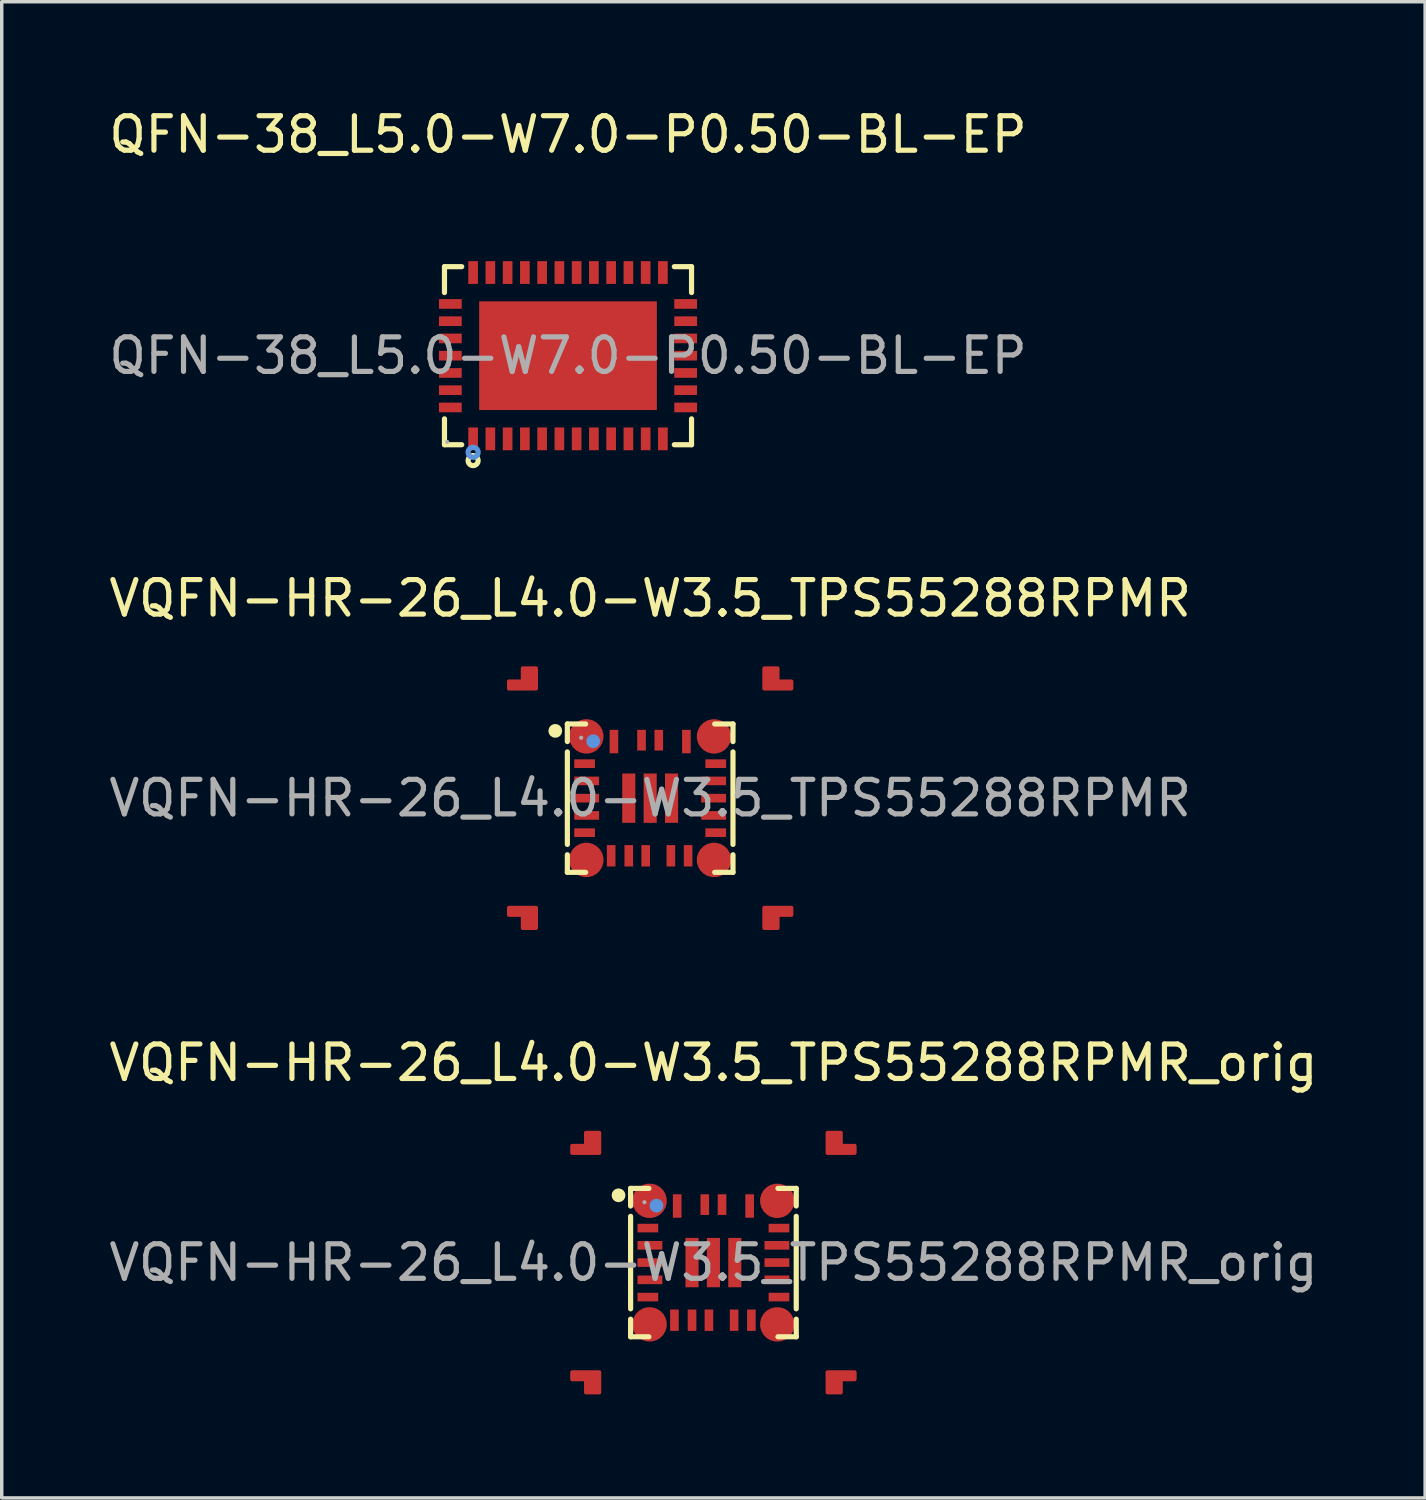
<source format=kicad_pcb>
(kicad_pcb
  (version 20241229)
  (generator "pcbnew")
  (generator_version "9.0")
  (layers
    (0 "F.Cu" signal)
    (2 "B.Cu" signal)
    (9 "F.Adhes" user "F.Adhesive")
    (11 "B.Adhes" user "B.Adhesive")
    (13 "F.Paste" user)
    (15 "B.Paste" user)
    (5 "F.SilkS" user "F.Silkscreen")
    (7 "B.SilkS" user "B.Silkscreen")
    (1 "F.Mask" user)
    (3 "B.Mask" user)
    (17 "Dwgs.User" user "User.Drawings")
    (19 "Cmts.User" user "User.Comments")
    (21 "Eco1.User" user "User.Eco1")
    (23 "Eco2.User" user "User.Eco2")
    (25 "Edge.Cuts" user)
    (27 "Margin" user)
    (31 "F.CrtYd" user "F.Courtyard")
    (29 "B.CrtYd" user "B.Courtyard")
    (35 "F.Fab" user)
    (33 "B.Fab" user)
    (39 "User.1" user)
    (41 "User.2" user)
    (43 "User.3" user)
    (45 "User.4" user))
  (footprint "QFN-38_L5.0-W7.0-P0.50-BL-EP"
    (layer "F.Cu")
    (at 13.411 7.258)
    (property "Reference" "QFN-38_L5.0-W7.0-P0.50-BL-EP" (at 0 -6.41 0) (layer "F.SilkS") (effects (font (size 1 1) (thickness 0.15))))
    (attr smd)
    (fp_line (start -3.58 -2.58) (end -3.08 -2.58) (stroke (width 0.15) (type solid)) (layer "F.SilkS"))
    (fp_line (start -3.58 -1.83) (end -3.58 -2.58) (stroke (width 0.15) (type solid)) (layer "F.SilkS"))
    (fp_line (start -3.58 1.83) (end -3.58 2.58) (stroke (width 0.15) (type solid)) (layer "F.SilkS"))
    (fp_line (start -3.58 2.58) (end -3.08 2.58) (stroke (width 0.15) (type solid)) (layer "F.SilkS"))
    (fp_line (start 3.58 -2.58) (end 3.08 -2.58) (stroke (width 0.15) (type solid)) (layer "F.SilkS"))
    (fp_line (start 3.58 -1.83) (end 3.58 -2.58) (stroke (width 0.15) (type solid)) (layer "F.SilkS"))
    (fp_line (start 3.58 1.83) (end 3.58 2.58) (stroke (width 0.15) (type solid)) (layer "F.SilkS"))
    (fp_line (start 3.58 2.58) (end 3.08 2.58) (stroke (width 0.15) (type solid)) (layer "F.SilkS"))
    (fp_circle (center -2.75 3.04) (end -2.68 3.04) (stroke (width 0.15) (type solid)) (fill no) (layer "F.SilkS"))
    (fp_circle (center -2.75 2.8) (end -2.68 2.8) (stroke (width 0.15) (type solid)) (fill no) (layer "Cmts.User"))
    (fp_circle (center -3.5 2.5) (end -3.47 2.5) (stroke (width 0.06) (type solid)) (fill no) (layer "F.Fab"))
    (fp_text user "${REFERENCE}" (at 0 0 0) (layer "F.Fab") (effects (font (size 1 1) (thickness 0.15))))
    (pad "1" smd rect (at -2.75 2.41) (size 0.28 0.66) (layers "F.Cu" "F.Mask" "F.Paste"))
    (pad "2" smd rect (at -2.25 2.41) (size 0.28 0.66) (layers "F.Cu" "F.Mask" "F.Paste"))
    (pad "3" smd rect (at -1.75 2.41) (size 0.28 0.66) (layers "F.Cu" "F.Mask" "F.Paste"))
    (pad "4" smd rect (at -1.25 2.41) (size 0.28 0.66) (layers "F.Cu" "F.Mask" "F.Paste"))
    (pad "5" smd rect (at -0.75 2.41) (size 0.28 0.66) (layers "F.Cu" "F.Mask" "F.Paste"))
    (pad "6" smd rect (at -0.25 2.41) (size 0.28 0.66) (layers "F.Cu" "F.Mask" "F.Paste"))
    (pad "7" smd rect (at 0.25 2.41) (size 0.28 0.66) (layers "F.Cu" "F.Mask" "F.Paste"))
    (pad "8" smd rect (at 0.75 2.41) (size 0.28 0.66) (layers "F.Cu" "F.Mask" "F.Paste"))
    (pad "9" smd rect (at 1.25 2.41) (size 0.28 0.66) (layers "F.Cu" "F.Mask" "F.Paste"))
    (pad "10" smd rect (at 1.75 2.41) (size 0.28 0.66) (layers "F.Cu" "F.Mask" "F.Paste"))
    (pad "11" smd rect (at 2.25 2.41) (size 0.28 0.66) (layers "F.Cu" "F.Mask" "F.Paste"))
    (pad "12" smd rect (at 2.75 2.41) (size 0.28 0.66) (layers "F.Cu" "F.Mask" "F.Paste"))
    (pad "13" smd rect (at 3.41 1.5) (size 0.66 0.28) (layers "F.Cu" "F.Mask" "F.Paste"))
    (pad "14" smd rect (at 3.41 1) (size 0.66 0.28) (layers "F.Cu" "F.Mask" "F.Paste"))
    (pad "15" smd rect (at 3.41 0.5) (size 0.66 0.28) (layers "F.Cu" "F.Mask" "F.Paste"))
    (pad "16" smd rect (at 3.41 0) (size 0.66 0.28) (layers "F.Cu" "F.Mask" "F.Paste"))
    (pad "17" smd rect (at 3.41 -0.5) (size 0.66 0.28) (layers "F.Cu" "F.Mask" "F.Paste"))
    (pad "18" smd rect (at 3.41 -1) (size 0.66 0.28) (layers "F.Cu" "F.Mask" "F.Paste"))
    (pad "19" smd rect (at 3.41 -1.5) (size 0.66 0.28) (layers "F.Cu" "F.Mask" "F.Paste"))
    (pad "20" smd rect (at 2.75 -2.41) (size 0.28 0.66) (layers "F.Cu" "F.Mask" "F.Paste"))
    (pad "21" smd rect (at 2.25 -2.41) (size 0.28 0.66) (layers "F.Cu" "F.Mask" "F.Paste"))
    (pad "22" smd rect (at 1.75 -2.41) (size 0.28 0.66) (layers "F.Cu" "F.Mask" "F.Paste"))
    (pad "23" smd rect (at 1.25 -2.41) (size 0.28 0.66) (layers "F.Cu" "F.Mask" "F.Paste"))
    (pad "24" smd rect (at 0.75 -2.41) (size 0.28 0.66) (layers "F.Cu" "F.Mask" "F.Paste"))
    (pad "25" smd rect (at 0.25 -2.41) (size 0.28 0.66) (layers "F.Cu" "F.Mask" "F.Paste"))
    (pad "26" smd rect (at -0.25 -2.41) (size 0.28 0.66) (layers "F.Cu" "F.Mask" "F.Paste"))
    (pad "27" smd rect (at -0.75 -2.41) (size 0.28 0.66) (layers "F.Cu" "F.Mask" "F.Paste"))
    (pad "28" smd rect (at -1.25 -2.41) (size 0.28 0.66) (layers "F.Cu" "F.Mask" "F.Paste"))
    (pad "29" smd rect (at -1.75 -2.41) (size 0.28 0.66) (layers "F.Cu" "F.Mask" "F.Paste"))
    (pad "30" smd rect (at -2.25 -2.41) (size 0.28 0.66) (layers "F.Cu" "F.Mask" "F.Paste"))
    (pad "31" smd rect (at -2.75 -2.41) (size 0.28 0.66) (layers "F.Cu" "F.Mask" "F.Paste"))
    (pad "32" smd rect (at -3.41 -1.5) (size 0.66 0.28) (layers "F.Cu" "F.Mask" "F.Paste"))
    (pad "33" smd rect (at -3.41 -1) (size 0.66 0.28) (layers "F.Cu" "F.Mask" "F.Paste"))
    (pad "34" smd rect (at -3.41 -0.5) (size 0.66 0.28) (layers "F.Cu" "F.Mask" "F.Paste"))
    (pad "35" smd rect (at -3.41 0) (size 0.66 0.28) (layers "F.Cu" "F.Mask" "F.Paste"))
    (pad "36" smd rect (at -3.41 0.5) (size 0.66 0.28) (layers "F.Cu" "F.Mask" "F.Paste"))
    (pad "37" smd rect (at -3.41 1) (size 0.66 0.28) (layers "F.Cu" "F.Mask" "F.Paste"))
    (pad "38" smd rect (at -3.41 1.5) (size 0.66 0.28) (layers "F.Cu" "F.Mask" "F.Paste"))
    (pad "39" smd rect (at 0 0) (size 5.15 3.15) (layers "F.Cu" "F.Mask" "F.Paste")))
  (footprint "VQFN-HR-26_L4.0-W3.5_TPS55288RPMR"
    (layer "F.Cu")
    (at 15.792 20.081)
    (property "Reference" "VQFN-HR-26_L4.0-W3.5_TPS55288RPMR" (at 0 -5.79 0) (layer "F.SilkS") (effects (font (size 1 1) (thickness 0.15))))
    (attr smd)
    (fp_line (start -2.4 -2.15) (end -2.4 -1.64) (stroke (width 0.15) (type solid)) (layer "F.SilkS"))
    (fp_line (start -2.4 -1.34) (end -2.4 1.34) (stroke (width 0.15) (type solid)) (layer "F.SilkS"))
    (fp_line (start -2.4 1.64) (end -2.4 2.15) (stroke (width 0.15) (type solid)) (layer "F.SilkS"))
    (fp_line (start -2.4 2.15) (end -1.87 2.15) (stroke (width 0.15) (type solid)) (layer "F.SilkS"))
    (fp_line (start -1.87 -2.15) (end -2.4 -2.15) (stroke (width 0.15) (type solid)) (layer "F.SilkS"))
    (fp_line (start 1.87 2.15) (end 2.4 2.15) (stroke (width 0.15) (type solid)) (layer "F.SilkS"))
    (fp_line (start 2.4 -2.15) (end 1.87 -2.15) (stroke (width 0.15) (type solid)) (layer "F.SilkS"))
    (fp_line (start 2.4 -1.64) (end 2.4 -2.15) (stroke (width 0.15) (type solid)) (layer "F.SilkS"))
    (fp_line (start 2.4 1.34) (end 2.4 -1.34) (stroke (width 0.15) (type solid)) (layer "F.SilkS"))
    (fp_line (start 2.4 2.15) (end 2.4 1.64) (stroke (width 0.15) (type solid)) (layer "F.SilkS"))
    (fp_circle (center -2.75 -1.95) (end -2.65 -1.95) (stroke (width 0.2) (type solid)) (fill no) (layer "F.SilkS"))
    (fp_circle (center -1.65 -1.65) (end -1.55 -1.65) (stroke (width 0.2) (type solid)) (fill no) (layer "Cmts.User"))
    (fp_circle (center -2 -1.75) (end -1.97 -1.75) (stroke (width 0.06) (type solid)) (fill no) (layer "F.Fab"))
    (fp_text user "${REFERENCE}" (at 0 0 0) (layer "F.Fab") (effects (font (size 1 1) (thickness 0.15))))
    (pad "1" smd custom (at -1.85 -1.79) (size 1 1) (layers "F.Cu" "F.Mask" "F.Paste") (options (anchor circle)) (primitives (gr_poly (pts (xy -1.45 -1.38) (xy -1.45 -1.98) (xy -1.85 -1.98) (xy -1.85 -1.6) (xy -2.25 -1.6) (xy -2.25 -1.38)) (width 0.1) (fill yes))))
    (pad "2" smd rect (at -1.9 -1) (size 0.6 0.25) (layers "F.Cu" "F.Mask" "F.Paste"))
    (pad "3" smd rect (at -1.84 -0.5) (size 0.72 0.25) (layers "F.Cu" "F.Mask" "F.Paste"))
    (pad "4" smd rect (at -1.84 0) (size 0.72 0.25) (layers "F.Cu" "F.Mask" "F.Paste"))
    (pad "5" smd rect (at -1.84 0.5) (size 0.72 0.25) (layers "F.Cu" "F.Mask" "F.Paste"))
    (pad "6" smd rect (at -1.9 1) (size 0.6 0.25) (layers "F.Cu" "F.Mask" "F.Paste"))
    (pad "7" smd custom (at -1.85 1.79) (size 1 1) (layers "F.Cu" "F.Mask" "F.Paste") (options (anchor circle)) (primitives (gr_poly (pts (xy -1.45 1.38) (xy -1.45 1.98) (xy -1.85 1.98) (xy -1.85 1.6) (xy -2.25 1.6) (xy -2.25 1.38)) (width 0.1) (fill yes))))
    (pad "8" smd rect (at -1.13 1.67) (size 0.25 0.62) (layers "F.Cu" "F.Mask" "F.Paste"))
    (pad "9" smd rect (at -0.62 1.67) (size 0.25 0.62) (layers "F.Cu" "F.Mask" "F.Paste"))
    (pad "10" smd rect (at -0.13 1.67) (size 0.25 0.62) (layers "F.Cu" "F.Mask" "F.Paste"))
    (pad "11" smd rect (at 0.6 1.67) (size 0.25 0.62) (layers "F.Cu" "F.Mask" "F.Paste"))
    (pad "12" smd rect (at 1.1 1.67) (size 0.25 0.62) (layers "F.Cu" "F.Mask" "F.Paste"))
    (pad "13" smd custom (at 1.85 1.79) (size 1 1) (layers "F.Cu" "F.Mask" "F.Paste") (options (anchor circle)) (primitives (gr_poly (pts (xy 1.45 1.38) (xy 1.45 1.98) (xy 1.85 1.98) (xy 1.85 1.6) (xy 2.25 1.6) (xy 2.25 1.38)) (width 0.1) (fill yes))))
    (pad "14" smd rect (at 1.9 1) (size 0.6 0.25) (layers "F.Cu" "F.Mask" "F.Paste"))
    (pad "15" smd rect (at 1.84 0.5) (size 0.72 0.25) (layers "F.Cu" "F.Mask" "F.Paste"))
    (pad "16" smd rect (at 1.84 0) (size 0.72 0.25) (layers "F.Cu" "F.Mask" "F.Paste"))
    (pad "17" smd rect (at 1.84 -0.5) (size 0.72 0.25) (layers "F.Cu" "F.Mask" "F.Paste"))
    (pad "18" smd rect (at 1.9 -1) (size 0.6 0.25) (layers "F.Cu" "F.Mask" "F.Paste"))
    (pad "19" smd custom (at 1.85 -1.79) (size 1 1) (layers "F.Cu" "F.Mask" "F.Paste") (options (anchor circle)) (primitives (gr_poly (pts (xy 1.45 -1.38) (xy 1.45 -1.98) (xy 1.85 -1.98) (xy 1.85 -1.6) (xy 2.25 -1.6) (xy 2.25 -1.38)) (width 0.1) (fill yes))))
    (pad "20" smd rect (at 1.05 -1.64) (size 0.25 0.68) (layers "F.Cu" "F.Mask" "F.Paste"))
    (pad "21" smd rect (at 0.25 -1.68) (size 0.25 0.6) (layers "F.Cu" "F.Mask" "F.Paste"))
    (pad "22" smd rect (at -0.25 -1.68) (size 0.25 0.6) (layers "F.Cu" "F.Mask" "F.Paste"))
    (pad "23" smd rect (at -1.05 -1.64) (size 0.25 0.68) (layers "F.Cu" "F.Mask" "F.Paste"))
    (pad "24" smd rect (at -0.62 0) (size 0.38 1.43) (layers "F.Cu" "F.Mask" "F.Paste"))
    (pad "25" smd rect (at 0 0) (size 0.38 1.43) (layers "F.Cu" "F.Mask" "F.Paste"))
    (pad "26" smd rect (at 0.62 0) (size 0.38 1.43) (layers "F.Cu" "F.Mask" "F.Paste")))
  (footprint "VQFN-HR-26_L4.0-W3.5_TPS55288RPMR_orig"
    (layer "F.Cu")
    (at 17.625 33.54)
    (property "Reference" "VQFN-HR-26_L4.0-W3.5_TPS55288RPMR_orig" (at 0 -5.79 0) (layer "F.SilkS") (effects (font (size 1 1) (thickness 0.15))))
    (attr smd)
    (fp_line (start -2.4 -2.15) (end -2.4 -1.64) (stroke (width 0.15) (type solid)) (layer "F.SilkS"))
    (fp_line (start -2.4 -1.34) (end -2.4 1.34) (stroke (width 0.15) (type solid)) (layer "F.SilkS"))
    (fp_line (start -2.4 1.64) (end -2.4 2.15) (stroke (width 0.15) (type solid)) (layer "F.SilkS"))
    (fp_line (start -2.4 2.15) (end -1.87 2.15) (stroke (width 0.15) (type solid)) (layer "F.SilkS"))
    (fp_line (start -1.87 -2.15) (end -2.4 -2.15) (stroke (width 0.15) (type solid)) (layer "F.SilkS"))
    (fp_line (start 1.87 2.15) (end 2.4 2.15) (stroke (width 0.15) (type solid)) (layer "F.SilkS"))
    (fp_line (start 2.4 -2.15) (end 1.87 -2.15) (stroke (width 0.15) (type solid)) (layer "F.SilkS"))
    (fp_line (start 2.4 -1.64) (end 2.4 -2.15) (stroke (width 0.15) (type solid)) (layer "F.SilkS"))
    (fp_line (start 2.4 1.34) (end 2.4 -1.34) (stroke (width 0.15) (type solid)) (layer "F.SilkS"))
    (fp_line (start 2.4 2.15) (end 2.4 1.64) (stroke (width 0.15) (type solid)) (layer "F.SilkS"))
    (fp_circle (center -2.75 -1.95) (end -2.65 -1.95) (stroke (width 0.2) (type solid)) (fill no) (layer "F.SilkS"))
    (fp_circle (center -1.65 -1.65) (end -1.55 -1.65) (stroke (width 0.2) (type solid)) (fill no) (layer "Cmts.User"))
    (fp_circle (center -2 -1.75) (end -1.97 -1.75) (stroke (width 0.06) (type solid)) (fill no) (layer "F.Fab"))
    (fp_text user "${REFERENCE}" (at 0 0 0) (layer "F.Fab") (effects (font (size 1 1) (thickness 0.15))))
    (pad "1" smd custom (at -1.85 -1.79) (size 1 1) (layers "F.Cu" "F.Mask" "F.Paste") (options (anchor circle)) (primitives (gr_poly (pts (xy -1.45 -1.38) (xy -1.45 -1.98) (xy -1.85 -1.98) (xy -1.85 -1.6) (xy -2.25 -1.6) (xy -2.25 -1.38)) (width 0.1) (fill yes))))
    (pad "2" smd rect (at -1.9 -1) (size 0.6 0.25) (layers "F.Cu" "F.Mask" "F.Paste"))
    (pad "3" smd rect (at -1.84 -0.5) (size 0.72 0.25) (layers "F.Cu" "F.Mask" "F.Paste"))
    (pad "4" smd rect (at -1.84 0) (size 0.72 0.25) (layers "F.Cu" "F.Mask" "F.Paste"))
    (pad "5" smd rect (at -1.84 0.5) (size 0.72 0.25) (layers "F.Cu" "F.Mask" "F.Paste"))
    (pad "6" smd rect (at -1.9 1) (size 0.6 0.25) (layers "F.Cu" "F.Mask" "F.Paste"))
    (pad "7" smd custom (at -1.85 1.79) (size 1 1) (layers "F.Cu" "F.Mask" "F.Paste") (options (anchor circle)) (primitives (gr_poly (pts (xy -1.45 1.38) (xy -1.45 1.98) (xy -1.85 1.98) (xy -1.85 1.6) (xy -2.25 1.6) (xy -2.25 1.38)) (width 0.1) (fill yes))))
    (pad "8" smd rect (at -1.13 1.67) (size 0.25 0.62) (layers "F.Cu" "F.Mask" "F.Paste"))
    (pad "9" smd rect (at -0.62 1.67) (size 0.25 0.62) (layers "F.Cu" "F.Mask" "F.Paste"))
    (pad "10" smd rect (at -0.13 1.67) (size 0.25 0.62) (layers "F.Cu" "F.Mask" "F.Paste"))
    (pad "11" smd rect (at 0.6 1.67) (size 0.25 0.62) (layers "F.Cu" "F.Mask" "F.Paste"))
    (pad "12" smd rect (at 1.1 1.67) (size 0.25 0.62) (layers "F.Cu" "F.Mask" "F.Paste"))
    (pad "13" smd custom (at 1.85 1.79) (size 1 1) (layers "F.Cu" "F.Mask" "F.Paste") (options (anchor circle)) (primitives (gr_poly (pts (xy 1.45 1.38) (xy 1.45 1.98) (xy 1.85 1.98) (xy 1.85 1.6) (xy 2.25 1.6) (xy 2.25 1.38)) (width 0.1) (fill yes))))
    (pad "14" smd rect (at 1.9 1) (size 0.6 0.25) (layers "F.Cu" "F.Mask" "F.Paste"))
    (pad "15" smd rect (at 1.84 0.5) (size 0.72 0.25) (layers "F.Cu" "F.Mask" "F.Paste"))
    (pad "16" smd rect (at 1.84 0) (size 0.72 0.25) (layers "F.Cu" "F.Mask" "F.Paste"))
    (pad "17" smd rect (at 1.84 -0.5) (size 0.72 0.25) (layers "F.Cu" "F.Mask" "F.Paste"))
    (pad "18" smd rect (at 1.9 -1) (size 0.6 0.25) (layers "F.Cu" "F.Mask" "F.Paste"))
    (pad "19" smd custom (at 1.85 -1.79) (size 1 1) (layers "F.Cu" "F.Mask" "F.Paste") (options (anchor circle)) (primitives (gr_poly (pts (xy 1.45 -1.38) (xy 1.45 -1.98) (xy 1.85 -1.98) (xy 1.85 -1.6) (xy 2.25 -1.6) (xy 2.25 -1.38)) (width 0.1) (fill yes))))
    (pad "20" smd rect (at 1.05 -1.64) (size 0.25 0.68) (layers "F.Cu" "F.Mask" "F.Paste"))
    (pad "21" smd rect (at 0.25 -1.68) (size 0.25 0.6) (layers "F.Cu" "F.Mask" "F.Paste"))
    (pad "22" smd rect (at -0.25 -1.68) (size 0.25 0.6) (layers "F.Cu" "F.Mask" "F.Paste"))
    (pad "23" smd rect (at -1.05 -1.64) (size 0.25 0.68) (layers "F.Cu" "F.Mask" "F.Paste"))
    (pad "24" smd rect (at -0.62 0) (size 0.38 1.43) (layers "F.Cu" "F.Mask" "F.Paste"))
    (pad "25" smd rect (at 0 0) (size 0.38 1.43) (layers "F.Cu" "F.Mask" "F.Paste"))
    (pad "26" smd rect (at 0.62 0) (size 0.38 1.43) (layers "F.Cu" "F.Mask" "F.Paste")))
  (gr_rect
    (start -3 -3)
    (end 38.25 40.36)
    (stroke (width 0.1) (type default))
    (fill no)
    (layer "Edge.Cuts")))
</source>
